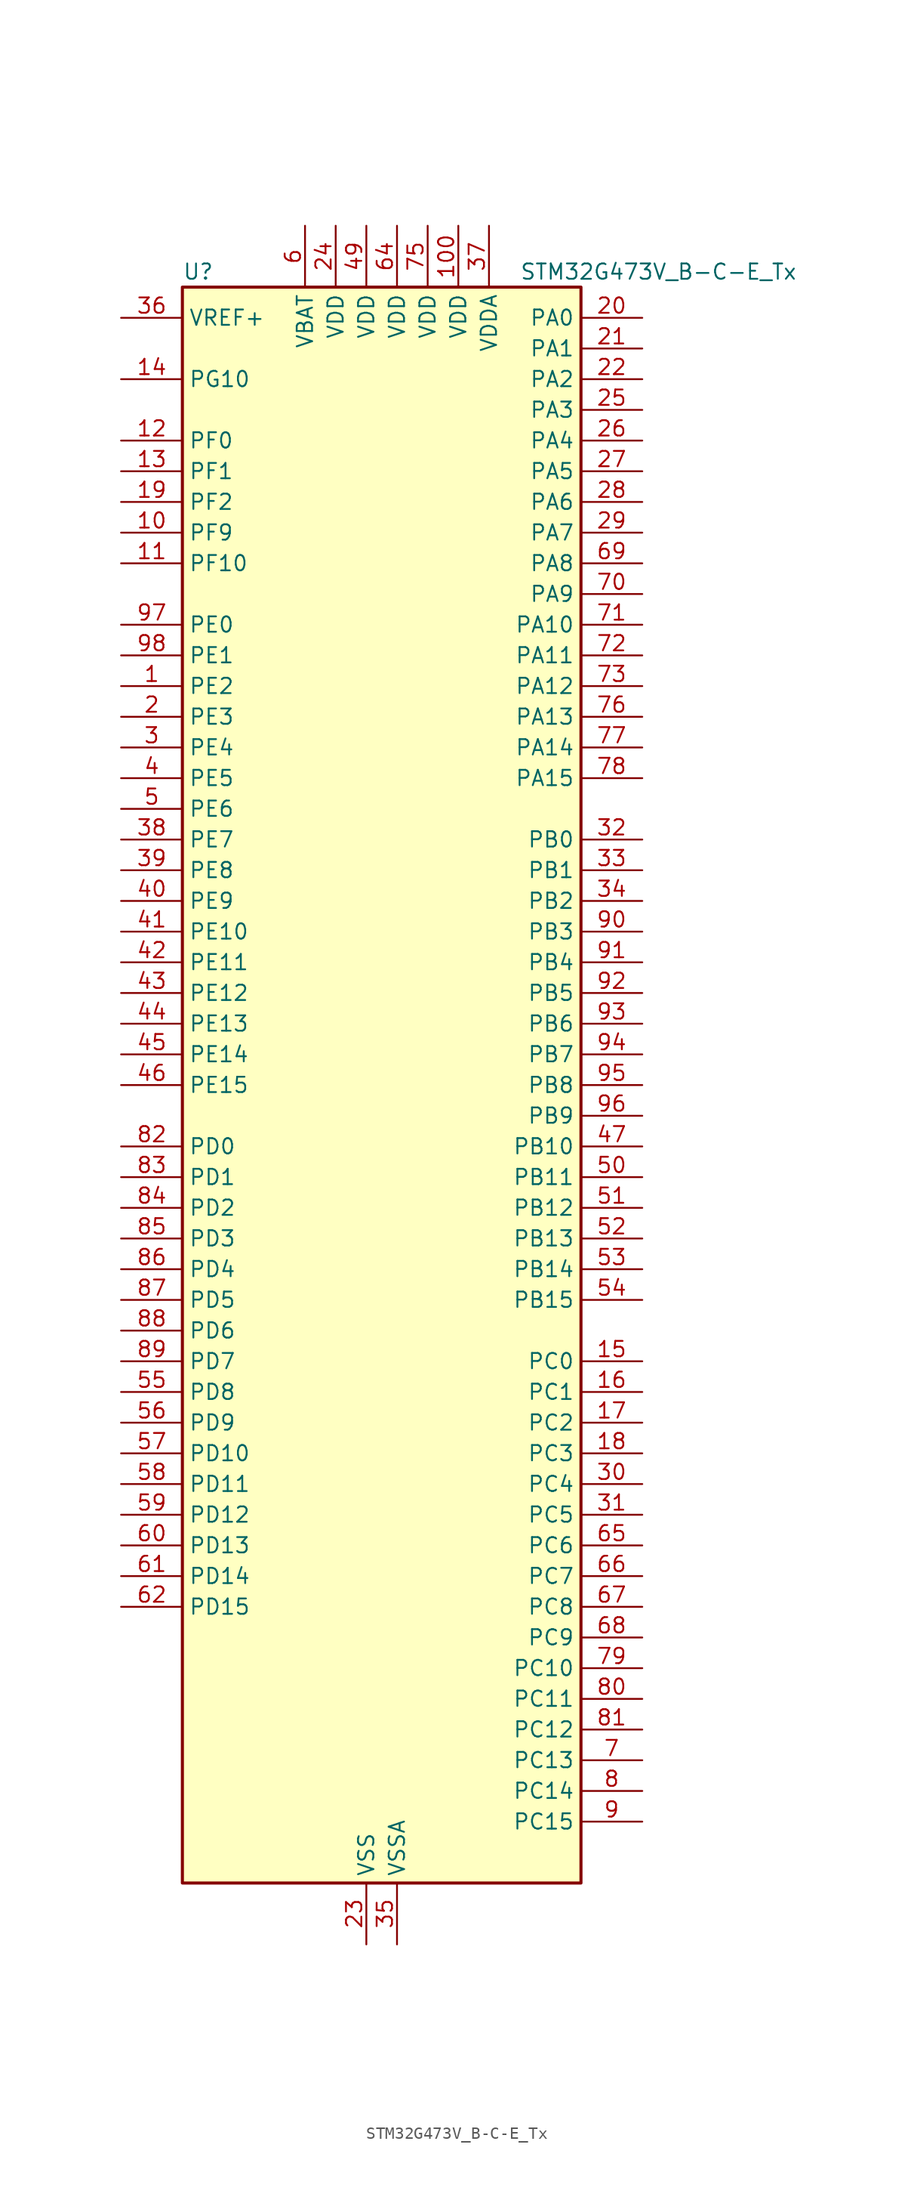
<source format=kicad_sym>
(kicad_symbol_lib
  (version 20231120)
  (generator "kicad_symbol_editor")
  (generator_version "8.0")
  (symbol "STM32G473V_B-C-E_Tx"
    (property "Reference" "U"
      (at -15.24 67.31 0)
      (effects (font (size 1.27 1.27)) (justify left)))
    (property "Value" "STM32G473V_B-C-E_Tx"
      (at 12.7 67.31 0)
      (effects (font (size 1.27 1.27)) (justify left)))
    (property "ki_locked" ""
      (at 0 0 0)
      (effects (font (size 1.27 1.27))))
    (symbol "STM32G473V_B-C-E_Tx_0_1"
      (rectangle (start -15.24 -66.04) (end 17.78 66.04) (stroke (width 0.254) (type default)) (fill (type background))))
    (symbol "STM32G473V_B-C-E_Tx_1_1"
      (pin bidirectional line (at -20.32 33.02 0) (length 5.08) (name "PE2" (effects (font (size 1.27 1.27)))) (number "1" (effects (font (size 1.27 1.27)))) (alternate "ADC3_EXTI2" bidirectional line) (alternate "ADC4_EXTI2" bidirectional line) (alternate "ADC5_EXTI2" bidirectional line) (alternate "FMC_A23" bidirectional line) (alternate "SAI1_CK1" bidirectional line) (alternate "SAI1_MCLK_A" bidirectional line) (alternate "SPI4_SCK" bidirectional line) (alternate "SYS_TRACECLK" bidirectional line) (alternate "TIM20_CH1" bidirectional line) (alternate "TIM3_CH1" bidirectional line))
      (pin bidirectional line (at -20.32 45.72 0) (length 5.08) (name "PF9" (effects (font (size 1.27 1.27)))) (number "10" (effects (font (size 1.27 1.27)))) (alternate "DAC1_EXTI9" bidirectional line) (alternate "DAC2_EXTI9" bidirectional line) (alternate "DAC3_EXTI9" bidirectional line) (alternate "DAC4_EXTI9" bidirectional line) (alternate "FMC_A25" bidirectional line) (alternate "QUADSPI1_BK1_IO1" bidirectional line) (alternate "SAI1_FS_B" bidirectional line) (alternate "SPI2_SCK" bidirectional line) (alternate "TIM15_CH1" bidirectional line) (alternate "TIM20_BKIN" bidirectional line) (alternate "TIM5_CH4" bidirectional line))
      (pin power_in line (at 7.62 71.12 270) (length 5.08) (name "VDD" (effects (font (size 1.27 1.27)))) (number "100" (effects (font (size 1.27 1.27)))))
      (pin bidirectional line (at -20.32 43.18 0) (length 5.08) (name "PF10" (effects (font (size 1.27 1.27)))) (number "11" (effects (font (size 1.27 1.27)))) (alternate "DAC1_EXTI10" bidirectional line) (alternate "DAC2_EXTI10" bidirectional line) (alternate "DAC3_EXTI10" bidirectional line) (alternate "DAC4_EXTI10" bidirectional line) (alternate "FMC_A0" bidirectional line) (alternate "QUADSPI1_CLK" bidirectional line) (alternate "SAI1_D3" bidirectional line) (alternate "SPI2_SCK" bidirectional line) (alternate "TIM15_CH2" bidirectional line) (alternate "TIM20_BKIN2" bidirectional line))
      (pin bidirectional line (at -20.32 53.34 0) (length 5.08) (name "PF0" (effects (font (size 1.27 1.27)))) (number "12" (effects (font (size 1.27 1.27)))) (alternate "ADC1_IN10" bidirectional line) (alternate "I2C2_SDA" bidirectional line) (alternate "I2S2_WS" bidirectional line) (alternate "RCC_OSC_IN" bidirectional line) (alternate "SPI2_NSS" bidirectional line) (alternate "TIM1_CH3N" bidirectional line))
      (pin bidirectional line (at -20.32 50.8 0) (length 5.08) (name "PF1" (effects (font (size 1.27 1.27)))) (number "13" (effects (font (size 1.27 1.27)))) (alternate "ADC2_IN10" bidirectional line) (alternate "COMP3_INM" bidirectional line) (alternate "I2S2_CK" bidirectional line) (alternate "RCC_OSC_OUT" bidirectional line) (alternate "SPI2_SCK" bidirectional line))
      (pin bidirectional line (at -20.32 58.42 0) (length 5.08) (name "PG10" (effects (font (size 1.27 1.27)))) (number "14" (effects (font (size 1.27 1.27)))) (alternate "DAC1_EXTI10" bidirectional line) (alternate "DAC2_EXTI10" bidirectional line) (alternate "DAC3_EXTI10" bidirectional line) (alternate "DAC4_EXTI10" bidirectional line) (alternate "RCC_MCO" bidirectional line))
      (pin bidirectional line (at 22.86 -22.86 180) (length 5.08) (name "PC0" (effects (font (size 1.27 1.27)))) (number "15" (effects (font (size 1.27 1.27)))) (alternate "ADC1_IN6" bidirectional line) (alternate "ADC2_IN6" bidirectional line) (alternate "COMP3_INM" bidirectional line) (alternate "LPTIM1_IN1" bidirectional line) (alternate "LPUART1_RX" bidirectional line) (alternate "TIM1_CH1" bidirectional line))
      (pin bidirectional line (at 22.86 -25.4 180) (length 5.08) (name "PC1" (effects (font (size 1.27 1.27)))) (number "16" (effects (font (size 1.27 1.27)))) (alternate "ADC1_IN7" bidirectional line) (alternate "ADC2_IN7" bidirectional line) (alternate "COMP3_INP" bidirectional line) (alternate "LPTIM1_OUT" bidirectional line) (alternate "LPUART1_TX" bidirectional line) (alternate "QUADSPI1_BK2_IO0" bidirectional line) (alternate "SAI1_SD_A" bidirectional line) (alternate "TIM1_CH2" bidirectional line))
      (pin bidirectional line (at 22.86 -27.94 180) (length 5.08) (name "PC2" (effects (font (size 1.27 1.27)))) (number "17" (effects (font (size 1.27 1.27)))) (alternate "ADC1_IN8" bidirectional line) (alternate "ADC2_IN8" bidirectional line) (alternate "ADC3_EXTI2" bidirectional line) (alternate "ADC4_EXTI2" bidirectional line) (alternate "ADC5_EXTI2" bidirectional line) (alternate "COMP3_OUT" bidirectional line) (alternate "LPTIM1_IN2" bidirectional line) (alternate "QUADSPI1_BK2_IO1" bidirectional line) (alternate "TIM1_CH3" bidirectional line) (alternate "TIM20_CH2" bidirectional line))
      (pin bidirectional line (at 22.86 -30.48 180) (length 5.08) (name "PC3" (effects (font (size 1.27 1.27)))) (number "18" (effects (font (size 1.27 1.27)))) (alternate "ADC1_IN9" bidirectional line) (alternate "ADC2_IN9" bidirectional line) (alternate "ADC3_EXTI3" bidirectional line) (alternate "ADC4_EXTI3" bidirectional line) (alternate "ADC5_EXTI3" bidirectional line) (alternate "LPTIM1_ETR" bidirectional line) (alternate "OPAMP5_VINP" bidirectional line) (alternate "OPAMP5_VINP_SEC" bidirectional line) (alternate "QUADSPI1_BK2_IO2" bidirectional line) (alternate "SAI1_D1" bidirectional line) (alternate "SAI1_SD_A" bidirectional line) (alternate "TIM1_BKIN2" bidirectional line) (alternate "TIM1_CH4" bidirectional line))
      (pin bidirectional line (at -20.32 48.26 0) (length 5.08) (name "PF2" (effects (font (size 1.27 1.27)))) (number "19" (effects (font (size 1.27 1.27)))) (alternate "ADC3_EXTI2" bidirectional line) (alternate "ADC4_EXTI2" bidirectional line) (alternate "ADC5_EXTI2" bidirectional line) (alternate "FMC_A2" bidirectional line) (alternate "I2C2_SMBA" bidirectional line) (alternate "TIM20_CH3" bidirectional line))
      (pin bidirectional line (at -20.32 30.48 0) (length 5.08) (name "PE3" (effects (font (size 1.27 1.27)))) (number "2" (effects (font (size 1.27 1.27)))) (alternate "ADC3_EXTI3" bidirectional line) (alternate "ADC4_EXTI3" bidirectional line) (alternate "ADC5_EXTI3" bidirectional line) (alternate "FMC_A19" bidirectional line) (alternate "SAI1_SD_B" bidirectional line) (alternate "SPI4_NSS" bidirectional line) (alternate "SYS_TRACED0" bidirectional line) (alternate "TIM20_CH2" bidirectional line) (alternate "TIM3_CH2" bidirectional line))
      (pin bidirectional line (at 22.86 63.5 180) (length 5.08) (name "PA0" (effects (font (size 1.27 1.27)))) (number "20" (effects (font (size 1.27 1.27)))) (alternate "ADC1_IN1" bidirectional line) (alternate "ADC2_IN1" bidirectional line) (alternate "COMP1_INM" bidirectional line) (alternate "COMP1_OUT" bidirectional line) (alternate "COMP3_INP" bidirectional line) (alternate "RTC_TAMP2" bidirectional line) (alternate "SYS_WKUP1" bidirectional line) (alternate "TIM2_CH1" bidirectional line) (alternate "TIM2_ETR" bidirectional line) (alternate "TIM5_CH1" bidirectional line) (alternate "TIM8_BKIN" bidirectional line) (alternate "TIM8_ETR" bidirectional line) (alternate "USART2_CTS" bidirectional line) (alternate "USART2_NSS" bidirectional line))
      (pin bidirectional line (at 22.86 60.96 180) (length 5.08) (name "PA1" (effects (font (size 1.27 1.27)))) (number "21" (effects (font (size 1.27 1.27)))) (alternate "ADC1_IN2" bidirectional line) (alternate "ADC2_IN2" bidirectional line) (alternate "COMP1_INP" bidirectional line) (alternate "OPAMP1_VINP" bidirectional line) (alternate "OPAMP1_VINP_SEC" bidirectional line) (alternate "OPAMP3_VINP" bidirectional line) (alternate "OPAMP3_VINP_SEC" bidirectional line) (alternate "OPAMP6_VINM" bidirectional line) (alternate "OPAMP6_VINM0" bidirectional line) (alternate "OPAMP6_VINM_SEC" bidirectional line) (alternate "RTC_REFIN" bidirectional line) (alternate "TIM15_CH1N" bidirectional line) (alternate "TIM2_CH2" bidirectional line) (alternate "TIM5_CH2" bidirectional line) (alternate "USART2_DE" bidirectional line) (alternate "USART2_RTS" bidirectional line))
      (pin bidirectional line (at 22.86 58.42 180) (length 5.08) (name "PA2" (effects (font (size 1.27 1.27)))) (number "22" (effects (font (size 1.27 1.27)))) (alternate "ADC1_IN3" bidirectional line) (alternate "ADC3_EXTI2" bidirectional line) (alternate "ADC4_EXTI2" bidirectional line) (alternate "ADC5_EXTI2" bidirectional line) (alternate "COMP2_INM" bidirectional line) (alternate "COMP2_OUT" bidirectional line) (alternate "LPUART1_TX" bidirectional line) (alternate "OPAMP1_VOUT" bidirectional line) (alternate "QUADSPI1_BK1_NCS" bidirectional line) (alternate "RCC_LSCO" bidirectional line) (alternate "SYS_WKUP4" bidirectional line) (alternate "TIM15_CH1" bidirectional line) (alternate "TIM2_CH3" bidirectional line) (alternate "TIM5_CH3" bidirectional line) (alternate "UCPD1_FRSTX1" bidirectional line) (alternate "UCPD1_FRSTX2" bidirectional line) (alternate "USART2_TX" bidirectional line))
      (pin power_in line (at 0 -71.12 90) (length 5.08) (name "VSS" (effects (font (size 1.27 1.27)))) (number "23" (effects (font (size 1.27 1.27)))))
      (pin power_in line (at -2.54 71.12 270) (length 5.08) (name "VDD" (effects (font (size 1.27 1.27)))) (number "24" (effects (font (size 1.27 1.27)))))
      (pin bidirectional line (at 22.86 55.88 180) (length 5.08) (name "PA3" (effects (font (size 1.27 1.27)))) (number "25" (effects (font (size 1.27 1.27)))) (alternate "ADC1_IN4" bidirectional line) (alternate "ADC3_EXTI3" bidirectional line) (alternate "ADC4_EXTI3" bidirectional line) (alternate "ADC5_EXTI3" bidirectional line) (alternate "COMP2_INP" bidirectional line) (alternate "LPUART1_RX" bidirectional line) (alternate "OPAMP1_VINM" bidirectional line) (alternate "OPAMP1_VINM0" bidirectional line) (alternate "OPAMP1_VINM_SEC" bidirectional line) (alternate "OPAMP1_VINP" bidirectional line) (alternate "OPAMP1_VINP_SEC" bidirectional line) (alternate "OPAMP5_VINM" bidirectional line) (alternate "OPAMP5_VINM1" bidirectional line) (alternate "OPAMP5_VINM_SEC" bidirectional line) (alternate "QUADSPI1_CLK" bidirectional line) (alternate "SAI1_CK1" bidirectional line) (alternate "SAI1_MCLK_A" bidirectional line) (alternate "TIM15_CH2" bidirectional line) (alternate "TIM2_CH4" bidirectional line) (alternate "TIM5_CH4" bidirectional line) (alternate "USART2_RX" bidirectional line))
      (pin bidirectional line (at 22.86 53.34 180) (length 5.08) (name "PA4" (effects (font (size 1.27 1.27)))) (number "26" (effects (font (size 1.27 1.27)))) (alternate "ADC2_IN17" bidirectional line) (alternate "COMP1_INM" bidirectional line) (alternate "DAC1_OUT1" bidirectional line) (alternate "I2S3_WS" bidirectional line) (alternate "SAI1_FS_B" bidirectional line) (alternate "SPI1_NSS" bidirectional line) (alternate "SPI3_NSS" bidirectional line) (alternate "TIM3_CH2" bidirectional line) (alternate "USART2_CK" bidirectional line))
      (pin bidirectional line (at 22.86 50.8 180) (length 5.08) (name "PA5" (effects (font (size 1.27 1.27)))) (number "27" (effects (font (size 1.27 1.27)))) (alternate "ADC2_IN13" bidirectional line) (alternate "COMP2_INM" bidirectional line) (alternate "DAC1_OUT2" bidirectional line) (alternate "OPAMP2_VINM" bidirectional line) (alternate "OPAMP2_VINM0" bidirectional line) (alternate "OPAMP2_VINM_SEC" bidirectional line) (alternate "SPI1_SCK" bidirectional line) (alternate "TIM2_CH1" bidirectional line) (alternate "TIM2_ETR" bidirectional line) (alternate "UCPD1_FRSTX1" bidirectional line) (alternate "UCPD1_FRSTX2" bidirectional line))
      (pin bidirectional line (at 22.86 48.26 180) (length 5.08) (name "PA6" (effects (font (size 1.27 1.27)))) (number "28" (effects (font (size 1.27 1.27)))) (alternate "ADC2_IN3" bidirectional line) (alternate "COMP1_OUT" bidirectional line) (alternate "DAC2_OUT1" bidirectional line) (alternate "LPUART1_CTS" bidirectional line) (alternate "OPAMP2_VOUT" bidirectional line) (alternate "QUADSPI1_BK1_IO3" bidirectional line) (alternate "SPI1_MISO" bidirectional line) (alternate "TIM16_CH1" bidirectional line) (alternate "TIM1_BKIN" bidirectional line) (alternate "TIM3_CH1" bidirectional line) (alternate "TIM8_BKIN" bidirectional line))
      (pin bidirectional line (at 22.86 45.72 180) (length 5.08) (name "PA7" (effects (font (size 1.27 1.27)))) (number "29" (effects (font (size 1.27 1.27)))) (alternate "ADC2_IN4" bidirectional line) (alternate "COMP2_INP" bidirectional line) (alternate "COMP2_OUT" bidirectional line) (alternate "OPAMP1_VINP" bidirectional line) (alternate "OPAMP1_VINP_SEC" bidirectional line) (alternate "OPAMP2_VINP" bidirectional line) (alternate "OPAMP2_VINP_SEC" bidirectional line) (alternate "QUADSPI1_BK1_IO2" bidirectional line) (alternate "SPI1_MOSI" bidirectional line) (alternate "TIM17_CH1" bidirectional line) (alternate "TIM1_CH1N" bidirectional line) (alternate "TIM3_CH2" bidirectional line) (alternate "TIM8_CH1N" bidirectional line) (alternate "UCPD1_FRSTX1" bidirectional line) (alternate "UCPD1_FRSTX2" bidirectional line))
      (pin bidirectional line (at -20.32 27.94 0) (length 5.08) (name "PE4" (effects (font (size 1.27 1.27)))) (number "3" (effects (font (size 1.27 1.27)))) (alternate "FMC_A20" bidirectional line) (alternate "SAI1_D2" bidirectional line) (alternate "SAI1_FS_A" bidirectional line) (alternate "SPI4_NSS" bidirectional line) (alternate "SYS_TRACED1" bidirectional line) (alternate "TIM20_CH1N" bidirectional line) (alternate "TIM3_CH3" bidirectional line))
      (pin bidirectional line (at 22.86 -33.02 180) (length 5.08) (name "PC4" (effects (font (size 1.27 1.27)))) (number "30" (effects (font (size 1.27 1.27)))) (alternate "ADC2_IN5" bidirectional line) (alternate "I2C2_SCL" bidirectional line) (alternate "QUADSPI1_BK2_IO3" bidirectional line) (alternate "TIM1_ETR" bidirectional line) (alternate "USART1_TX" bidirectional line))
      (pin bidirectional line (at 22.86 -35.56 180) (length 5.08) (name "PC5" (effects (font (size 1.27 1.27)))) (number "31" (effects (font (size 1.27 1.27)))) (alternate "ADC2_IN11" bidirectional line) (alternate "OPAMP1_VINM" bidirectional line) (alternate "OPAMP1_VINM1" bidirectional line) (alternate "OPAMP1_VINM_SEC" bidirectional line) (alternate "OPAMP2_VINM" bidirectional line) (alternate "OPAMP2_VINM1" bidirectional line) (alternate "OPAMP2_VINM_SEC" bidirectional line) (alternate "SAI1_D3" bidirectional line) (alternate "SYS_WKUP5" bidirectional line) (alternate "TIM15_BKIN" bidirectional line) (alternate "TIM1_CH4N" bidirectional line) (alternate "USART1_RX" bidirectional line))
      (pin bidirectional line (at 22.86 20.32 180) (length 5.08) (name "PB0" (effects (font (size 1.27 1.27)))) (number "32" (effects (font (size 1.27 1.27)))) (alternate "ADC1_IN15" bidirectional line) (alternate "ADC3_IN12" bidirectional line) (alternate "COMP4_INP" bidirectional line) (alternate "OPAMP2_VINP" bidirectional line) (alternate "OPAMP2_VINP_SEC" bidirectional line) (alternate "OPAMP3_VINP" bidirectional line) (alternate "OPAMP3_VINP_SEC" bidirectional line) (alternate "QUADSPI1_BK1_IO1" bidirectional line) (alternate "TIM1_CH2N" bidirectional line) (alternate "TIM3_CH3" bidirectional line) (alternate "TIM8_CH2N" bidirectional line) (alternate "UCPD1_FRSTX1" bidirectional line) (alternate "UCPD1_FRSTX2" bidirectional line))
      (pin bidirectional line (at 22.86 17.78 180) (length 5.08) (name "PB1" (effects (font (size 1.27 1.27)))) (number "33" (effects (font (size 1.27 1.27)))) (alternate "ADC1_IN12" bidirectional line) (alternate "ADC3_IN1" bidirectional line) (alternate "COMP1_INP" bidirectional line) (alternate "COMP4_OUT" bidirectional line) (alternate "LPUART1_DE" bidirectional line) (alternate "LPUART1_RTS" bidirectional line) (alternate "OPAMP3_VOUT" bidirectional line) (alternate "OPAMP6_VINM" bidirectional line) (alternate "OPAMP6_VINM1" bidirectional line) (alternate "OPAMP6_VINM_SEC" bidirectional line) (alternate "QUADSPI1_BK1_IO0" bidirectional line) (alternate "TIM1_CH3N" bidirectional line) (alternate "TIM3_CH4" bidirectional line) (alternate "TIM8_CH3N" bidirectional line))
      (pin bidirectional line (at 22.86 15.24 180) (length 5.08) (name "PB2" (effects (font (size 1.27 1.27)))) (number "34" (effects (font (size 1.27 1.27)))) (alternate "ADC2_IN12" bidirectional line) (alternate "ADC3_EXTI2" bidirectional line) (alternate "ADC4_EXTI2" bidirectional line) (alternate "ADC5_EXTI2" bidirectional line) (alternate "COMP4_INM" bidirectional line) (alternate "I2C3_SMBA" bidirectional line) (alternate "LPTIM1_OUT" bidirectional line) (alternate "OPAMP3_VINM" bidirectional line) (alternate "OPAMP3_VINM0" bidirectional line) (alternate "OPAMP3_VINM_SEC" bidirectional line) (alternate "QUADSPI1_BK2_IO1" bidirectional line) (alternate "RTC_OUT2" bidirectional line) (alternate "TIM20_CH1" bidirectional line) (alternate "TIM5_CH1" bidirectional line))
      (pin power_in line (at 2.54 -71.12 90) (length 5.08) (name "VSSA" (effects (font (size 1.27 1.27)))) (number "35" (effects (font (size 1.27 1.27)))))
      (pin input line (at -20.32 63.5 0) (length 5.08) (name "VREF+" (effects (font (size 1.27 1.27)))) (number "36" (effects (font (size 1.27 1.27)))) (alternate "VREFBUF_OUT" bidirectional line))
      (pin power_in line (at 10.16 71.12 270) (length 5.08) (name "VDDA" (effects (font (size 1.27 1.27)))) (number "37" (effects (font (size 1.27 1.27)))))
      (pin bidirectional line (at -20.32 20.32 0) (length 5.08) (name "PE7" (effects (font (size 1.27 1.27)))) (number "38" (effects (font (size 1.27 1.27)))) (alternate "ADC3_IN4" bidirectional line) (alternate "COMP4_INP" bidirectional line) (alternate "FMC_D4" bidirectional line) (alternate "FMC_DA4" bidirectional line) (alternate "SAI1_SD_B" bidirectional line) (alternate "TIM1_ETR" bidirectional line))
      (pin bidirectional line (at -20.32 17.78 0) (length 5.08) (name "PE8" (effects (font (size 1.27 1.27)))) (number "39" (effects (font (size 1.27 1.27)))) (alternate "ADC3_IN6" bidirectional line) (alternate "ADC4_IN6" bidirectional line) (alternate "ADC5_IN6" bidirectional line) (alternate "COMP4_INM" bidirectional line) (alternate "FMC_D5" bidirectional line) (alternate "FMC_DA5" bidirectional line) (alternate "SAI1_SCK_B" bidirectional line) (alternate "TIM1_CH1N" bidirectional line) (alternate "TIM5_CH3" bidirectional line))
      (pin bidirectional line (at -20.32 25.4 0) (length 5.08) (name "PE5" (effects (font (size 1.27 1.27)))) (number "4" (effects (font (size 1.27 1.27)))) (alternate "FMC_A21" bidirectional line) (alternate "SAI1_CK2" bidirectional line) (alternate "SAI1_SCK_A" bidirectional line) (alternate "SPI4_MISO" bidirectional line) (alternate "SYS_TRACED2" bidirectional line) (alternate "TIM20_CH2N" bidirectional line) (alternate "TIM3_CH4" bidirectional line))
      (pin bidirectional line (at -20.32 15.24 0) (length 5.08) (name "PE9" (effects (font (size 1.27 1.27)))) (number "40" (effects (font (size 1.27 1.27)))) (alternate "ADC3_IN2" bidirectional line) (alternate "DAC1_EXTI9" bidirectional line) (alternate "DAC2_EXTI9" bidirectional line) (alternate "DAC3_EXTI9" bidirectional line) (alternate "DAC4_EXTI9" bidirectional line) (alternate "FMC_D6" bidirectional line) (alternate "FMC_DA6" bidirectional line) (alternate "SAI1_FS_B" bidirectional line) (alternate "TIM1_CH1" bidirectional line) (alternate "TIM5_CH4" bidirectional line))
      (pin bidirectional line (at -20.32 12.7 0) (length 5.08) (name "PE10" (effects (font (size 1.27 1.27)))) (number "41" (effects (font (size 1.27 1.27)))) (alternate "ADC3_IN14" bidirectional line) (alternate "ADC4_IN14" bidirectional line) (alternate "ADC5_IN14" bidirectional line) (alternate "DAC1_EXTI10" bidirectional line) (alternate "DAC2_EXTI10" bidirectional line) (alternate "DAC3_EXTI10" bidirectional line) (alternate "DAC4_EXTI10" bidirectional line) (alternate "FMC_D7" bidirectional line) (alternate "FMC_DA7" bidirectional line) (alternate "QUADSPI1_CLK" bidirectional line) (alternate "SAI1_MCLK_B" bidirectional line) (alternate "TIM1_CH2N" bidirectional line))
      (pin bidirectional line (at -20.32 10.16 0) (length 5.08) (name "PE11" (effects (font (size 1.27 1.27)))) (number "42" (effects (font (size 1.27 1.27)))) (alternate "ADC1_EXTI11" bidirectional line) (alternate "ADC2_EXTI11" bidirectional line) (alternate "ADC3_IN15" bidirectional line) (alternate "ADC4_IN15" bidirectional line) (alternate "ADC5_IN15" bidirectional line) (alternate "FMC_D8" bidirectional line) (alternate "FMC_DA8" bidirectional line) (alternate "QUADSPI1_BK1_NCS" bidirectional line) (alternate "SPI4_NSS" bidirectional line) (alternate "TIM1_CH2" bidirectional line))
      (pin bidirectional line (at -20.32 7.62 0) (length 5.08) (name "PE12" (effects (font (size 1.27 1.27)))) (number "43" (effects (font (size 1.27 1.27)))) (alternate "ADC3_IN16" bidirectional line) (alternate "ADC4_IN16" bidirectional line) (alternate "ADC5_IN16" bidirectional line) (alternate "FMC_D9" bidirectional line) (alternate "FMC_DA9" bidirectional line) (alternate "QUADSPI1_BK1_IO0" bidirectional line) (alternate "SPI4_SCK" bidirectional line) (alternate "TIM1_CH3N" bidirectional line))
      (pin bidirectional line (at -20.32 5.08 0) (length 5.08) (name "PE13" (effects (font (size 1.27 1.27)))) (number "44" (effects (font (size 1.27 1.27)))) (alternate "ADC3_IN3" bidirectional line) (alternate "FMC_D10" bidirectional line) (alternate "FMC_DA10" bidirectional line) (alternate "QUADSPI1_BK1_IO1" bidirectional line) (alternate "SPI4_MISO" bidirectional line) (alternate "TIM1_CH3" bidirectional line))
      (pin bidirectional line (at -20.32 2.54 0) (length 5.08) (name "PE14" (effects (font (size 1.27 1.27)))) (number "45" (effects (font (size 1.27 1.27)))) (alternate "ADC4_IN1" bidirectional line) (alternate "FMC_D11" bidirectional line) (alternate "FMC_DA11" bidirectional line) (alternate "QUADSPI1_BK1_IO2" bidirectional line) (alternate "SPI4_MOSI" bidirectional line) (alternate "TIM1_BKIN2" bidirectional line) (alternate "TIM1_CH4" bidirectional line))
      (pin bidirectional line (at -20.32 0 0) (length 5.08) (name "PE15" (effects (font (size 1.27 1.27)))) (number "46" (effects (font (size 1.27 1.27)))) (alternate "ADC1_EXTI15" bidirectional line) (alternate "ADC2_EXTI15" bidirectional line) (alternate "ADC4_IN2" bidirectional line) (alternate "FMC_D12" bidirectional line) (alternate "FMC_DA12" bidirectional line) (alternate "QUADSPI1_BK1_IO3" bidirectional line) (alternate "TIM1_BKIN" bidirectional line) (alternate "TIM1_CH4N" bidirectional line) (alternate "USART3_RX" bidirectional line))
      (pin bidirectional line (at 22.86 -5.08 180) (length 5.08) (name "PB10" (effects (font (size 1.27 1.27)))) (number "47" (effects (font (size 1.27 1.27)))) (alternate "COMP5_INM" bidirectional line) (alternate "DAC1_EXTI10" bidirectional line) (alternate "DAC2_EXTI10" bidirectional line) (alternate "DAC3_EXTI10" bidirectional line) (alternate "DAC4_EXTI10" bidirectional line) (alternate "LPUART1_RX" bidirectional line) (alternate "OPAMP3_VINM" bidirectional line) (alternate "OPAMP3_VINM1" bidirectional line) (alternate "OPAMP3_VINM_SEC" bidirectional line) (alternate "OPAMP4_VINM" bidirectional line) (alternate "OPAMP4_VINM0" bidirectional line) (alternate "OPAMP4_VINM_SEC" bidirectional line) (alternate "QUADSPI1_CLK" bidirectional line) (alternate "SAI1_SCK_A" bidirectional line) (alternate "TIM1_BKIN" bidirectional line) (alternate "TIM2_CH3" bidirectional line) (alternate "USART3_TX" bidirectional line))
      (pin passive line (at 0 -71.12 90) (length 5.08) hide (name "VSS" (effects (font (size 1.27 1.27)))) (number "48" (effects (font (size 1.27 1.27)))))
      (pin power_in line (at 0 71.12 270) (length 5.08) (name "VDD" (effects (font (size 1.27 1.27)))) (number "49" (effects (font (size 1.27 1.27)))))
      (pin bidirectional line (at -20.32 22.86 0) (length 5.08) (name "PE6" (effects (font (size 1.27 1.27)))) (number "5" (effects (font (size 1.27 1.27)))) (alternate "FMC_A22" bidirectional line) (alternate "RTC_TAMP3" bidirectional line) (alternate "SAI1_D1" bidirectional line) (alternate "SAI1_SD_A" bidirectional line) (alternate "SPI4_MOSI" bidirectional line) (alternate "SYS_TRACED3" bidirectional line) (alternate "SYS_WKUP3" bidirectional line) (alternate "TIM20_CH3N" bidirectional line))
      (pin bidirectional line (at 22.86 -7.62 180) (length 5.08) (name "PB11" (effects (font (size 1.27 1.27)))) (number "50" (effects (font (size 1.27 1.27)))) (alternate "ADC1_EXTI11" bidirectional line) (alternate "ADC1_IN14" bidirectional line) (alternate "ADC2_EXTI11" bidirectional line) (alternate "ADC2_IN14" bidirectional line) (alternate "COMP6_INP" bidirectional line) (alternate "LPUART1_TX" bidirectional line) (alternate "OPAMP4_VINP" bidirectional line) (alternate "OPAMP4_VINP_SEC" bidirectional line) (alternate "OPAMP6_VOUT" bidirectional line) (alternate "QUADSPI1_BK1_NCS" bidirectional line) (alternate "TIM2_CH4" bidirectional line) (alternate "USART3_RX" bidirectional line))
      (pin bidirectional line (at 22.86 -10.16 180) (length 5.08) (name "PB12" (effects (font (size 1.27 1.27)))) (number "51" (effects (font (size 1.27 1.27)))) (alternate "ADC1_IN11" bidirectional line) (alternate "ADC4_IN3" bidirectional line) (alternate "COMP7_INM" bidirectional line) (alternate "FDCAN2_RX" bidirectional line) (alternate "I2C2_SMBA" bidirectional line) (alternate "I2S2_WS" bidirectional line) (alternate "LPUART1_DE" bidirectional line) (alternate "LPUART1_RTS" bidirectional line) (alternate "OPAMP4_VOUT" bidirectional line) (alternate "OPAMP6_VINP" bidirectional line) (alternate "OPAMP6_VINP_SEC" bidirectional line) (alternate "SPI2_NSS" bidirectional line) (alternate "TIM1_BKIN" bidirectional line) (alternate "TIM5_ETR" bidirectional line) (alternate "USART3_CK" bidirectional line))
      (pin bidirectional line (at 22.86 -12.7 180) (length 5.08) (name "PB13" (effects (font (size 1.27 1.27)))) (number "52" (effects (font (size 1.27 1.27)))) (alternate "ADC3_IN5" bidirectional line) (alternate "COMP5_INP" bidirectional line) (alternate "FDCAN2_TX" bidirectional line) (alternate "I2S2_CK" bidirectional line) (alternate "LPUART1_CTS" bidirectional line) (alternate "OPAMP3_VINP" bidirectional line) (alternate "OPAMP3_VINP_SEC" bidirectional line) (alternate "OPAMP4_VINP" bidirectional line) (alternate "OPAMP4_VINP_SEC" bidirectional line) (alternate "OPAMP6_VINP" bidirectional line) (alternate "OPAMP6_VINP_SEC" bidirectional line) (alternate "SPI2_SCK" bidirectional line) (alternate "TIM1_CH1N" bidirectional line) (alternate "USART3_CTS" bidirectional line) (alternate "USART3_NSS" bidirectional line))
      (pin bidirectional line (at 22.86 -15.24 180) (length 5.08) (name "PB14" (effects (font (size 1.27 1.27)))) (number "53" (effects (font (size 1.27 1.27)))) (alternate "ADC1_IN5" bidirectional line) (alternate "ADC4_IN4" bidirectional line) (alternate "COMP4_OUT" bidirectional line) (alternate "COMP7_INP" bidirectional line) (alternate "OPAMP2_VINP" bidirectional line) (alternate "OPAMP2_VINP_SEC" bidirectional line) (alternate "OPAMP5_VINP" bidirectional line) (alternate "OPAMP5_VINP_SEC" bidirectional line) (alternate "SPI2_MISO" bidirectional line) (alternate "TIM15_CH1" bidirectional line) (alternate "TIM1_CH2N" bidirectional line) (alternate "USART3_DE" bidirectional line) (alternate "USART3_RTS" bidirectional line))
      (pin bidirectional line (at 22.86 -17.78 180) (length 5.08) (name "PB15" (effects (font (size 1.27 1.27)))) (number "54" (effects (font (size 1.27 1.27)))) (alternate "ADC1_EXTI15" bidirectional line) (alternate "ADC2_EXTI15" bidirectional line) (alternate "ADC2_IN15" bidirectional line) (alternate "ADC4_IN5" bidirectional line) (alternate "COMP3_OUT" bidirectional line) (alternate "COMP6_INM" bidirectional line) (alternate "I2S2_SD" bidirectional line) (alternate "OPAMP5_VINM" bidirectional line) (alternate "OPAMP5_VINM0" bidirectional line) (alternate "OPAMP5_VINM_SEC" bidirectional line) (alternate "RTC_REFIN" bidirectional line) (alternate "SPI2_MOSI" bidirectional line) (alternate "TIM15_CH1N" bidirectional line) (alternate "TIM15_CH2" bidirectional line) (alternate "TIM1_CH3N" bidirectional line))
      (pin bidirectional line (at -20.32 -25.4 0) (length 5.08) (name "PD8" (effects (font (size 1.27 1.27)))) (number "55" (effects (font (size 1.27 1.27)))) (alternate "ADC4_IN12" bidirectional line) (alternate "ADC5_IN12" bidirectional line) (alternate "FMC_D13" bidirectional line) (alternate "FMC_DA13" bidirectional line) (alternate "OPAMP4_VINM" bidirectional line) (alternate "OPAMP4_VINM1" bidirectional line) (alternate "OPAMP4_VINM_SEC" bidirectional line) (alternate "USART3_TX" bidirectional line))
      (pin bidirectional line (at -20.32 -27.94 0) (length 5.08) (name "PD9" (effects (font (size 1.27 1.27)))) (number "56" (effects (font (size 1.27 1.27)))) (alternate "ADC4_IN13" bidirectional line) (alternate "ADC5_IN13" bidirectional line) (alternate "DAC1_EXTI9" bidirectional line) (alternate "DAC2_EXTI9" bidirectional line) (alternate "DAC3_EXTI9" bidirectional line) (alternate "DAC4_EXTI9" bidirectional line) (alternate "FMC_D14" bidirectional line) (alternate "FMC_DA14" bidirectional line) (alternate "OPAMP6_VINP" bidirectional line) (alternate "OPAMP6_VINP_SEC" bidirectional line) (alternate "USART3_RX" bidirectional line))
      (pin bidirectional line (at -20.32 -30.48 0) (length 5.08) (name "PD10" (effects (font (size 1.27 1.27)))) (number "57" (effects (font (size 1.27 1.27)))) (alternate "ADC3_IN7" bidirectional line) (alternate "ADC4_IN7" bidirectional line) (alternate "ADC5_IN7" bidirectional line) (alternate "COMP6_INM" bidirectional line) (alternate "DAC1_EXTI10" bidirectional line) (alternate "DAC2_EXTI10" bidirectional line) (alternate "DAC3_EXTI10" bidirectional line) (alternate "DAC4_EXTI10" bidirectional line) (alternate "FMC_D15" bidirectional line) (alternate "FMC_DA15" bidirectional line) (alternate "USART3_CK" bidirectional line))
      (pin bidirectional line (at -20.32 -33.02 0) (length 5.08) (name "PD11" (effects (font (size 1.27 1.27)))) (number "58" (effects (font (size 1.27 1.27)))) (alternate "ADC1_EXTI11" bidirectional line) (alternate "ADC2_EXTI11" bidirectional line) (alternate "ADC3_IN8" bidirectional line) (alternate "ADC4_IN8" bidirectional line) (alternate "ADC5_IN8" bidirectional line) (alternate "COMP6_INP" bidirectional line) (alternate "FMC_A16" bidirectional line) (alternate "FMC_CLE" bidirectional line) (alternate "I2C4_SMBA" bidirectional line) (alternate "OPAMP4_VINP" bidirectional line) (alternate "OPAMP4_VINP_SEC" bidirectional line) (alternate "TIM5_ETR" bidirectional line) (alternate "USART3_CTS" bidirectional line) (alternate "USART3_NSS" bidirectional line))
      (pin bidirectional line (at -20.32 -35.56 0) (length 5.08) (name "PD12" (effects (font (size 1.27 1.27)))) (number "59" (effects (font (size 1.27 1.27)))) (alternate "ADC3_IN9" bidirectional line) (alternate "ADC4_IN9" bidirectional line) (alternate "ADC5_IN9" bidirectional line) (alternate "COMP5_INP" bidirectional line) (alternate "FMC_A17" bidirectional line) (alternate "FMC_ALE" bidirectional line) (alternate "OPAMP5_VINP" bidirectional line) (alternate "OPAMP5_VINP_SEC" bidirectional line) (alternate "TIM4_CH1" bidirectional line) (alternate "USART3_DE" bidirectional line) (alternate "USART3_RTS" bidirectional line))
      (pin power_in line (at -5.08 71.12 270) (length 5.08) (name "VBAT" (effects (font (size 1.27 1.27)))) (number "6" (effects (font (size 1.27 1.27)))))
      (pin bidirectional line (at -20.32 -38.1 0) (length 5.08) (name "PD13" (effects (font (size 1.27 1.27)))) (number "60" (effects (font (size 1.27 1.27)))) (alternate "ADC3_IN10" bidirectional line) (alternate "ADC4_IN10" bidirectional line) (alternate "ADC5_IN10" bidirectional line) (alternate "COMP5_INM" bidirectional line) (alternate "FMC_A18" bidirectional line) (alternate "TIM4_CH2" bidirectional line))
      (pin bidirectional line (at -20.32 -40.64 0) (length 5.08) (name "PD14" (effects (font (size 1.27 1.27)))) (number "61" (effects (font (size 1.27 1.27)))) (alternate "ADC3_IN11" bidirectional line) (alternate "ADC4_IN11" bidirectional line) (alternate "ADC5_IN11" bidirectional line) (alternate "COMP7_INP" bidirectional line) (alternate "FMC_D0" bidirectional line) (alternate "FMC_DA0" bidirectional line) (alternate "OPAMP2_VINP" bidirectional line) (alternate "OPAMP2_VINP_SEC" bidirectional line) (alternate "TIM4_CH3" bidirectional line))
      (pin bidirectional line (at -20.32 -43.18 0) (length 5.08) (name "PD15" (effects (font (size 1.27 1.27)))) (number "62" (effects (font (size 1.27 1.27)))) (alternate "ADC1_EXTI15" bidirectional line) (alternate "ADC2_EXTI15" bidirectional line) (alternate "COMP7_INM" bidirectional line) (alternate "FMC_D1" bidirectional line) (alternate "FMC_DA1" bidirectional line) (alternate "SPI2_NSS" bidirectional line) (alternate "TIM4_CH4" bidirectional line))
      (pin passive line (at 0 -71.12 90) (length 5.08) hide (name "VSS" (effects (font (size 1.27 1.27)))) (number "63" (effects (font (size 1.27 1.27)))))
      (pin power_in line (at 2.54 71.12 270) (length 5.08) (name "VDD" (effects (font (size 1.27 1.27)))) (number "64" (effects (font (size 1.27 1.27)))))
      (pin bidirectional line (at 22.86 -38.1 180) (length 5.08) (name "PC6" (effects (font (size 1.27 1.27)))) (number "65" (effects (font (size 1.27 1.27)))) (alternate "COMP6_OUT" bidirectional line) (alternate "I2C4_SCL" bidirectional line) (alternate "I2S2_MCK" bidirectional line) (alternate "TIM3_CH1" bidirectional line) (alternate "TIM8_CH1" bidirectional line))
      (pin bidirectional line (at 22.86 -40.64 180) (length 5.08) (name "PC7" (effects (font (size 1.27 1.27)))) (number "66" (effects (font (size 1.27 1.27)))) (alternate "COMP5_OUT" bidirectional line) (alternate "I2C4_SDA" bidirectional line) (alternate "I2S3_MCK" bidirectional line) (alternate "TIM3_CH2" bidirectional line) (alternate "TIM8_CH2" bidirectional line))
      (pin bidirectional line (at 22.86 -43.18 180) (length 5.08) (name "PC8" (effects (font (size 1.27 1.27)))) (number "67" (effects (font (size 1.27 1.27)))) (alternate "COMP7_OUT" bidirectional line) (alternate "I2C3_SCL" bidirectional line) (alternate "TIM20_CH3" bidirectional line) (alternate "TIM3_CH3" bidirectional line) (alternate "TIM8_CH3" bidirectional line))
      (pin bidirectional line (at 22.86 -45.72 180) (length 5.08) (name "PC9" (effects (font (size 1.27 1.27)))) (number "68" (effects (font (size 1.27 1.27)))) (alternate "DAC1_EXTI9" bidirectional line) (alternate "DAC2_EXTI9" bidirectional line) (alternate "DAC3_EXTI9" bidirectional line) (alternate "DAC4_EXTI9" bidirectional line) (alternate "I2C3_SDA" bidirectional line) (alternate "I2S_CKIN" bidirectional line) (alternate "TIM3_CH4" bidirectional line) (alternate "TIM8_BKIN2" bidirectional line) (alternate "TIM8_CH4" bidirectional line))
      (pin bidirectional line (at 22.86 43.18 180) (length 5.08) (name "PA8" (effects (font (size 1.27 1.27)))) (number "69" (effects (font (size 1.27 1.27)))) (alternate "ADC5_IN1" bidirectional line) (alternate "COMP7_OUT" bidirectional line) (alternate "FDCAN3_RX" bidirectional line) (alternate "I2C2_SDA" bidirectional line) (alternate "I2C3_SCL" bidirectional line) (alternate "I2S2_MCK" bidirectional line) (alternate "OPAMP5_VOUT" bidirectional line) (alternate "RCC_MCO" bidirectional line) (alternate "SAI1_CK2" bidirectional line) (alternate "SAI1_SCK_A" bidirectional line) (alternate "TIM1_CH1" bidirectional line) (alternate "TIM4_ETR" bidirectional line) (alternate "USART1_CK" bidirectional line))
      (pin bidirectional line (at 22.86 -55.88 180) (length 5.08) (name "PC13" (effects (font (size 1.27 1.27)))) (number "7" (effects (font (size 1.27 1.27)))) (alternate "RTC_OUT1" bidirectional line) (alternate "RTC_TAMP1" bidirectional line) (alternate "RTC_TS" bidirectional line) (alternate "SYS_WKUP2" bidirectional line) (alternate "TIM1_BKIN" bidirectional line) (alternate "TIM1_CH1N" bidirectional line) (alternate "TIM8_CH4N" bidirectional line))
      (pin bidirectional line (at 22.86 40.64 180) (length 5.08) (name "PA9" (effects (font (size 1.27 1.27)))) (number "70" (effects (font (size 1.27 1.27)))) (alternate "ADC5_IN2" bidirectional line) (alternate "COMP5_OUT" bidirectional line) (alternate "DAC1_EXTI9" bidirectional line) (alternate "DAC2_EXTI9" bidirectional line) (alternate "DAC3_EXTI9" bidirectional line) (alternate "DAC4_EXTI9" bidirectional line) (alternate "I2C2_SCL" bidirectional line) (alternate "I2C3_SMBA" bidirectional line) (alternate "I2S3_MCK" bidirectional line) (alternate "SAI1_FS_A" bidirectional line) (alternate "TIM15_BKIN" bidirectional line) (alternate "TIM1_CH2" bidirectional line) (alternate "TIM2_CH3" bidirectional line) (alternate "UCPD1_DBCC1" bidirectional line) (alternate "USART1_TX" bidirectional line))
      (pin bidirectional line (at 22.86 38.1 180) (length 5.08) (name "PA10" (effects (font (size 1.27 1.27)))) (number "71" (effects (font (size 1.27 1.27)))) (alternate "COMP6_OUT" bidirectional line) (alternate "CRS_SYNC" bidirectional line) (alternate "DAC1_EXTI10" bidirectional line) (alternate "DAC2_EXTI10" bidirectional line) (alternate "DAC3_EXTI10" bidirectional line) (alternate "DAC4_EXTI10" bidirectional line) (alternate "I2C2_SMBA" bidirectional line) (alternate "SAI1_D1" bidirectional line) (alternate "SAI1_SD_A" bidirectional line) (alternate "SPI2_MISO" bidirectional line) (alternate "TIM17_BKIN" bidirectional line) (alternate "TIM1_CH3" bidirectional line) (alternate "TIM2_CH4" bidirectional line) (alternate "TIM8_BKIN" bidirectional line) (alternate "UCPD1_DBCC2" bidirectional line) (alternate "USART1_RX" bidirectional line))
      (pin bidirectional line (at 22.86 35.56 180) (length 5.08) (name "PA11" (effects (font (size 1.27 1.27)))) (number "72" (effects (font (size 1.27 1.27)))) (alternate "ADC1_EXTI11" bidirectional line) (alternate "ADC2_EXTI11" bidirectional line) (alternate "COMP1_OUT" bidirectional line) (alternate "FDCAN1_RX" bidirectional line) (alternate "I2S2_SD" bidirectional line) (alternate "SPI2_MOSI" bidirectional line) (alternate "TIM1_BKIN2" bidirectional line) (alternate "TIM1_CH1N" bidirectional line) (alternate "TIM1_CH4" bidirectional line) (alternate "TIM4_CH1" bidirectional line) (alternate "USART1_CTS" bidirectional line) (alternate "USART1_NSS" bidirectional line) (alternate "USB_DM" bidirectional line))
      (pin bidirectional line (at 22.86 33.02 180) (length 5.08) (name "PA12" (effects (font (size 1.27 1.27)))) (number "73" (effects (font (size 1.27 1.27)))) (alternate "COMP2_OUT" bidirectional line) (alternate "FDCAN1_TX" bidirectional line) (alternate "I2S_CKIN" bidirectional line) (alternate "TIM16_CH1" bidirectional line) (alternate "TIM1_CH2N" bidirectional line) (alternate "TIM1_ETR" bidirectional line) (alternate "TIM4_CH2" bidirectional line) (alternate "USART1_DE" bidirectional line) (alternate "USART1_RTS" bidirectional line) (alternate "USB_DP" bidirectional line))
      (pin passive line (at 0 -71.12 90) (length 5.08) hide (name "VSS" (effects (font (size 1.27 1.27)))) (number "74" (effects (font (size 1.27 1.27)))))
      (pin power_in line (at 5.08 71.12 270) (length 5.08) (name "VDD" (effects (font (size 1.27 1.27)))) (number "75" (effects (font (size 1.27 1.27)))))
      (pin bidirectional line (at 22.86 30.48 180) (length 5.08) (name "PA13" (effects (font (size 1.27 1.27)))) (number "76" (effects (font (size 1.27 1.27)))) (alternate "I2C1_SCL" bidirectional line) (alternate "I2C4_SCL" bidirectional line) (alternate "IR_OUT" bidirectional line) (alternate "SAI1_SD_B" bidirectional line) (alternate "SYS_JTMS-SWDIO" bidirectional line) (alternate "TIM16_CH1N" bidirectional line) (alternate "TIM4_CH3" bidirectional line) (alternate "USART3_CTS" bidirectional line) (alternate "USART3_NSS" bidirectional line))
      (pin bidirectional line (at 22.86 27.94 180) (length 5.08) (name "PA14" (effects (font (size 1.27 1.27)))) (number "77" (effects (font (size 1.27 1.27)))) (alternate "I2C1_SDA" bidirectional line) (alternate "I2C4_SMBA" bidirectional line) (alternate "LPTIM1_OUT" bidirectional line) (alternate "SAI1_FS_B" bidirectional line) (alternate "SYS_JTCK-SWCLK" bidirectional line) (alternate "TIM1_BKIN" bidirectional line) (alternate "TIM8_CH2" bidirectional line) (alternate "USART2_TX" bidirectional line))
      (pin bidirectional line (at 22.86 25.4 180) (length 5.08) (name "PA15" (effects (font (size 1.27 1.27)))) (number "78" (effects (font (size 1.27 1.27)))) (alternate "ADC1_EXTI15" bidirectional line) (alternate "ADC2_EXTI15" bidirectional line) (alternate "FDCAN3_TX" bidirectional line) (alternate "I2C1_SCL" bidirectional line) (alternate "I2S3_WS" bidirectional line) (alternate "SPI1_NSS" bidirectional line) (alternate "SPI3_NSS" bidirectional line) (alternate "SYS_JTDI" bidirectional line) (alternate "TIM1_BKIN" bidirectional line) (alternate "TIM2_CH1" bidirectional line) (alternate "TIM2_ETR" bidirectional line) (alternate "TIM8_CH1" bidirectional line) (alternate "UART4_DE" bidirectional line) (alternate "UART4_RTS" bidirectional line) (alternate "USART2_RX" bidirectional line))
      (pin bidirectional line (at 22.86 -48.26 180) (length 5.08) (name "PC10" (effects (font (size 1.27 1.27)))) (number "79" (effects (font (size 1.27 1.27)))) (alternate "DAC1_EXTI10" bidirectional line) (alternate "DAC2_EXTI10" bidirectional line) (alternate "DAC3_EXTI10" bidirectional line) (alternate "DAC4_EXTI10" bidirectional line) (alternate "I2S3_CK" bidirectional line) (alternate "SPI3_SCK" bidirectional line) (alternate "TIM8_CH1N" bidirectional line) (alternate "UART4_TX" bidirectional line) (alternate "USART3_TX" bidirectional line))
      (pin bidirectional line (at 22.86 -58.42 180) (length 5.08) (name "PC14" (effects (font (size 1.27 1.27)))) (number "8" (effects (font (size 1.27 1.27)))) (alternate "RCC_OSC32_IN" bidirectional line))
      (pin bidirectional line (at 22.86 -50.8 180) (length 5.08) (name "PC11" (effects (font (size 1.27 1.27)))) (number "80" (effects (font (size 1.27 1.27)))) (alternate "ADC1_EXTI11" bidirectional line) (alternate "ADC2_EXTI11" bidirectional line) (alternate "I2C3_SDA" bidirectional line) (alternate "SPI3_MISO" bidirectional line) (alternate "TIM8_CH2N" bidirectional line) (alternate "UART4_RX" bidirectional line) (alternate "USART3_RX" bidirectional line))
      (pin bidirectional line (at 22.86 -53.34 180) (length 5.08) (name "PC12" (effects (font (size 1.27 1.27)))) (number "81" (effects (font (size 1.27 1.27)))) (alternate "I2S3_SD" bidirectional line) (alternate "SPI3_MOSI" bidirectional line) (alternate "TIM5_CH2" bidirectional line) (alternate "TIM8_CH3N" bidirectional line) (alternate "UART5_TX" bidirectional line) (alternate "UCPD1_FRSTX1" bidirectional line) (alternate "UCPD1_FRSTX2" bidirectional line) (alternate "USART3_CK" bidirectional line))
      (pin bidirectional line (at -20.32 -5.08 0) (length 5.08) (name "PD0" (effects (font (size 1.27 1.27)))) (number "82" (effects (font (size 1.27 1.27)))) (alternate "FDCAN1_RX" bidirectional line) (alternate "FMC_D2" bidirectional line) (alternate "FMC_DA2" bidirectional line) (alternate "TIM8_CH4N" bidirectional line))
      (pin bidirectional line (at -20.32 -7.62 0) (length 5.08) (name "PD1" (effects (font (size 1.27 1.27)))) (number "83" (effects (font (size 1.27 1.27)))) (alternate "FDCAN1_TX" bidirectional line) (alternate "FMC_D3" bidirectional line) (alternate "FMC_DA3" bidirectional line) (alternate "TIM8_BKIN2" bidirectional line) (alternate "TIM8_CH4" bidirectional line))
      (pin bidirectional line (at -20.32 -10.16 0) (length 5.08) (name "PD2" (effects (font (size 1.27 1.27)))) (number "84" (effects (font (size 1.27 1.27)))) (alternate "ADC3_EXTI2" bidirectional line) (alternate "ADC4_EXTI2" bidirectional line) (alternate "ADC5_EXTI2" bidirectional line) (alternate "TIM3_ETR" bidirectional line) (alternate "TIM8_BKIN" bidirectional line) (alternate "UART5_RX" bidirectional line))
      (pin bidirectional line (at -20.32 -12.7 0) (length 5.08) (name "PD3" (effects (font (size 1.27 1.27)))) (number "85" (effects (font (size 1.27 1.27)))) (alternate "ADC3_EXTI3" bidirectional line) (alternate "ADC4_EXTI3" bidirectional line) (alternate "ADC5_EXTI3" bidirectional line) (alternate "FMC_CLK" bidirectional line) (alternate "QUADSPI1_BK2_NCS" bidirectional line) (alternate "TIM2_CH1" bidirectional line) (alternate "TIM2_ETR" bidirectional line) (alternate "USART2_CTS" bidirectional line) (alternate "USART2_NSS" bidirectional line))
      (pin bidirectional line (at -20.32 -15.24 0) (length 5.08) (name "PD4" (effects (font (size 1.27 1.27)))) (number "86" (effects (font (size 1.27 1.27)))) (alternate "FMC_NOE" bidirectional line) (alternate "QUADSPI1_BK2_IO0" bidirectional line) (alternate "TIM2_CH2" bidirectional line) (alternate "USART2_DE" bidirectional line) (alternate "USART2_RTS" bidirectional line))
      (pin bidirectional line (at -20.32 -17.78 0) (length 5.08) (name "PD5" (effects (font (size 1.27 1.27)))) (number "87" (effects (font (size 1.27 1.27)))) (alternate "FMC_NWE" bidirectional line) (alternate "QUADSPI1_BK2_IO1" bidirectional line) (alternate "USART2_TX" bidirectional line))
      (pin bidirectional line (at -20.32 -20.32 0) (length 5.08) (name "PD6" (effects (font (size 1.27 1.27)))) (number "88" (effects (font (size 1.27 1.27)))) (alternate "FMC_NWAIT" bidirectional line) (alternate "QUADSPI1_BK2_IO2" bidirectional line) (alternate "SAI1_D1" bidirectional line) (alternate "SAI1_SD_A" bidirectional line) (alternate "TIM2_CH4" bidirectional line) (alternate "USART2_RX" bidirectional line))
      (pin bidirectional line (at -20.32 -22.86 0) (length 5.08) (name "PD7" (effects (font (size 1.27 1.27)))) (number "89" (effects (font (size 1.27 1.27)))) (alternate "FMC_NCE" bidirectional line) (alternate "FMC_NE1" bidirectional line) (alternate "QUADSPI1_BK2_IO3" bidirectional line) (alternate "TIM2_CH3" bidirectional line) (alternate "USART2_CK" bidirectional line))
      (pin bidirectional line (at 22.86 -60.96 180) (length 5.08) (name "PC15" (effects (font (size 1.27 1.27)))) (number "9" (effects (font (size 1.27 1.27)))) (alternate "ADC1_EXTI15" bidirectional line) (alternate "ADC2_EXTI15" bidirectional line) (alternate "RCC_OSC32_OUT" bidirectional line))
      (pin bidirectional line (at 22.86 12.7 180) (length 5.08) (name "PB3" (effects (font (size 1.27 1.27)))) (number "90" (effects (font (size 1.27 1.27)))) (alternate "ADC3_EXTI3" bidirectional line) (alternate "ADC4_EXTI3" bidirectional line) (alternate "ADC5_EXTI3" bidirectional line) (alternate "CRS_SYNC" bidirectional line) (alternate "FDCAN3_RX" bidirectional line) (alternate "I2S3_CK" bidirectional line) (alternate "SAI1_SCK_B" bidirectional line) (alternate "SPI1_SCK" bidirectional line) (alternate "SPI3_SCK" bidirectional line) (alternate "SYS_JTDO-SWO" bidirectional line) (alternate "TIM2_CH2" bidirectional line) (alternate "TIM3_ETR" bidirectional line) (alternate "TIM4_ETR" bidirectional line) (alternate "TIM8_CH1N" bidirectional line) (alternate "USART2_TX" bidirectional line))
      (pin bidirectional line (at 22.86 10.16 180) (length 5.08) (name "PB4" (effects (font (size 1.27 1.27)))) (number "91" (effects (font (size 1.27 1.27)))) (alternate "FDCAN3_TX" bidirectional line) (alternate "SAI1_MCLK_B" bidirectional line) (alternate "SPI1_MISO" bidirectional line) (alternate "SPI3_MISO" bidirectional line) (alternate "SYS_JTRST" bidirectional line) (alternate "TIM16_CH1" bidirectional line) (alternate "TIM17_BKIN" bidirectional line) (alternate "TIM3_CH1" bidirectional line) (alternate "TIM8_CH2N" bidirectional line) (alternate "UART5_DE" bidirectional line) (alternate "UART5_RTS" bidirectional line) (alternate "UCPD1_CC2" bidirectional line) (alternate "USART2_RX" bidirectional line))
      (pin bidirectional line (at 22.86 7.62 180) (length 5.08) (name "PB5" (effects (font (size 1.27 1.27)))) (number "92" (effects (font (size 1.27 1.27)))) (alternate "FDCAN2_RX" bidirectional line) (alternate "I2C1_SMBA" bidirectional line) (alternate "I2C3_SDA" bidirectional line) (alternate "I2S3_SD" bidirectional line) (alternate "LPTIM1_IN1" bidirectional line) (alternate "SAI1_SD_B" bidirectional line) (alternate "SPI1_MOSI" bidirectional line) (alternate "SPI3_MOSI" bidirectional line) (alternate "TIM16_BKIN" bidirectional line) (alternate "TIM17_CH1" bidirectional line) (alternate "TIM3_CH2" bidirectional line) (alternate "TIM8_CH3N" bidirectional line) (alternate "UART5_CTS" bidirectional line) (alternate "USART2_CK" bidirectional line))
      (pin bidirectional line (at 22.86 5.08 180) (length 5.08) (name "PB6" (effects (font (size 1.27 1.27)))) (number "93" (effects (font (size 1.27 1.27)))) (alternate "COMP4_OUT" bidirectional line) (alternate "FDCAN2_TX" bidirectional line) (alternate "LPTIM1_ETR" bidirectional line) (alternate "SAI1_FS_B" bidirectional line) (alternate "TIM16_CH1N" bidirectional line) (alternate "TIM4_CH1" bidirectional line) (alternate "TIM8_BKIN2" bidirectional line) (alternate "TIM8_CH1" bidirectional line) (alternate "TIM8_ETR" bidirectional line) (alternate "UCPD1_CC1" bidirectional line) (alternate "USART1_TX" bidirectional line))
      (pin bidirectional line (at 22.86 2.54 180) (length 5.08) (name "PB7" (effects (font (size 1.27 1.27)))) (number "94" (effects (font (size 1.27 1.27)))) (alternate "COMP3_OUT" bidirectional line) (alternate "FMC_NL" bidirectional line) (alternate "I2C1_SDA" bidirectional line) (alternate "I2C4_SDA" bidirectional line) (alternate "LPTIM1_IN2" bidirectional line) (alternate "SYS_PVD_IN" bidirectional line) (alternate "TIM17_CH1N" bidirectional line) (alternate "TIM3_CH4" bidirectional line) (alternate "TIM4_CH2" bidirectional line) (alternate "TIM8_BKIN" bidirectional line) (alternate "UART4_CTS" bidirectional line) (alternate "USART1_RX" bidirectional line))
      (pin bidirectional line (at 22.86 0 180) (length 5.08) (name "PB8" (effects (font (size 1.27 1.27)))) (number "95" (effects (font (size 1.27 1.27)))) (alternate "COMP1_OUT" bidirectional line) (alternate "FDCAN1_RX" bidirectional line) (alternate "I2C1_SCL" bidirectional line) (alternate "SAI1_CK1" bidirectional line) (alternate "SAI1_MCLK_A" bidirectional line) (alternate "TIM16_CH1" bidirectional line) (alternate "TIM1_BKIN" bidirectional line) (alternate "TIM4_CH3" bidirectional line) (alternate "TIM8_CH2" bidirectional line) (alternate "USART3_RX" bidirectional line))
      (pin bidirectional line (at 22.86 -2.54 180) (length 5.08) (name "PB9" (effects (font (size 1.27 1.27)))) (number "96" (effects (font (size 1.27 1.27)))) (alternate "COMP2_OUT" bidirectional line) (alternate "DAC1_EXTI9" bidirectional line) (alternate "DAC2_EXTI9" bidirectional line) (alternate "DAC3_EXTI9" bidirectional line) (alternate "DAC4_EXTI9" bidirectional line) (alternate "FDCAN1_TX" bidirectional line) (alternate "I2C1_SDA" bidirectional line) (alternate "IR_OUT" bidirectional line) (alternate "SAI1_D2" bidirectional line) (alternate "SAI1_FS_A" bidirectional line) (alternate "TIM17_CH1" bidirectional line) (alternate "TIM1_CH3N" bidirectional line) (alternate "TIM4_CH4" bidirectional line) (alternate "TIM8_CH3" bidirectional line) (alternate "USART3_TX" bidirectional line))
      (pin bidirectional line (at -20.32 38.1 0) (length 5.08) (name "PE0" (effects (font (size 1.27 1.27)))) (number "97" (effects (font (size 1.27 1.27)))) (alternate "FMC_NBL0" bidirectional line) (alternate "TIM16_CH1" bidirectional line) (alternate "TIM20_CH4N" bidirectional line) (alternate "TIM20_ETR" bidirectional line) (alternate "TIM4_ETR" bidirectional line) (alternate "USART1_TX" bidirectional line))
      (pin bidirectional line (at -20.32 35.56 0) (length 5.08) (name "PE1" (effects (font (size 1.27 1.27)))) (number "98" (effects (font (size 1.27 1.27)))) (alternate "FMC_NBL1" bidirectional line) (alternate "TIM17_CH1" bidirectional line) (alternate "TIM20_CH4" bidirectional line) (alternate "USART1_RX" bidirectional line))
      (pin passive line (at 0 -71.12 90) (length 5.08) hide (name "VSS" (effects (font (size 1.27 1.27)))) (number "99" (effects (font (size 1.27 1.27))))))))
</source>
